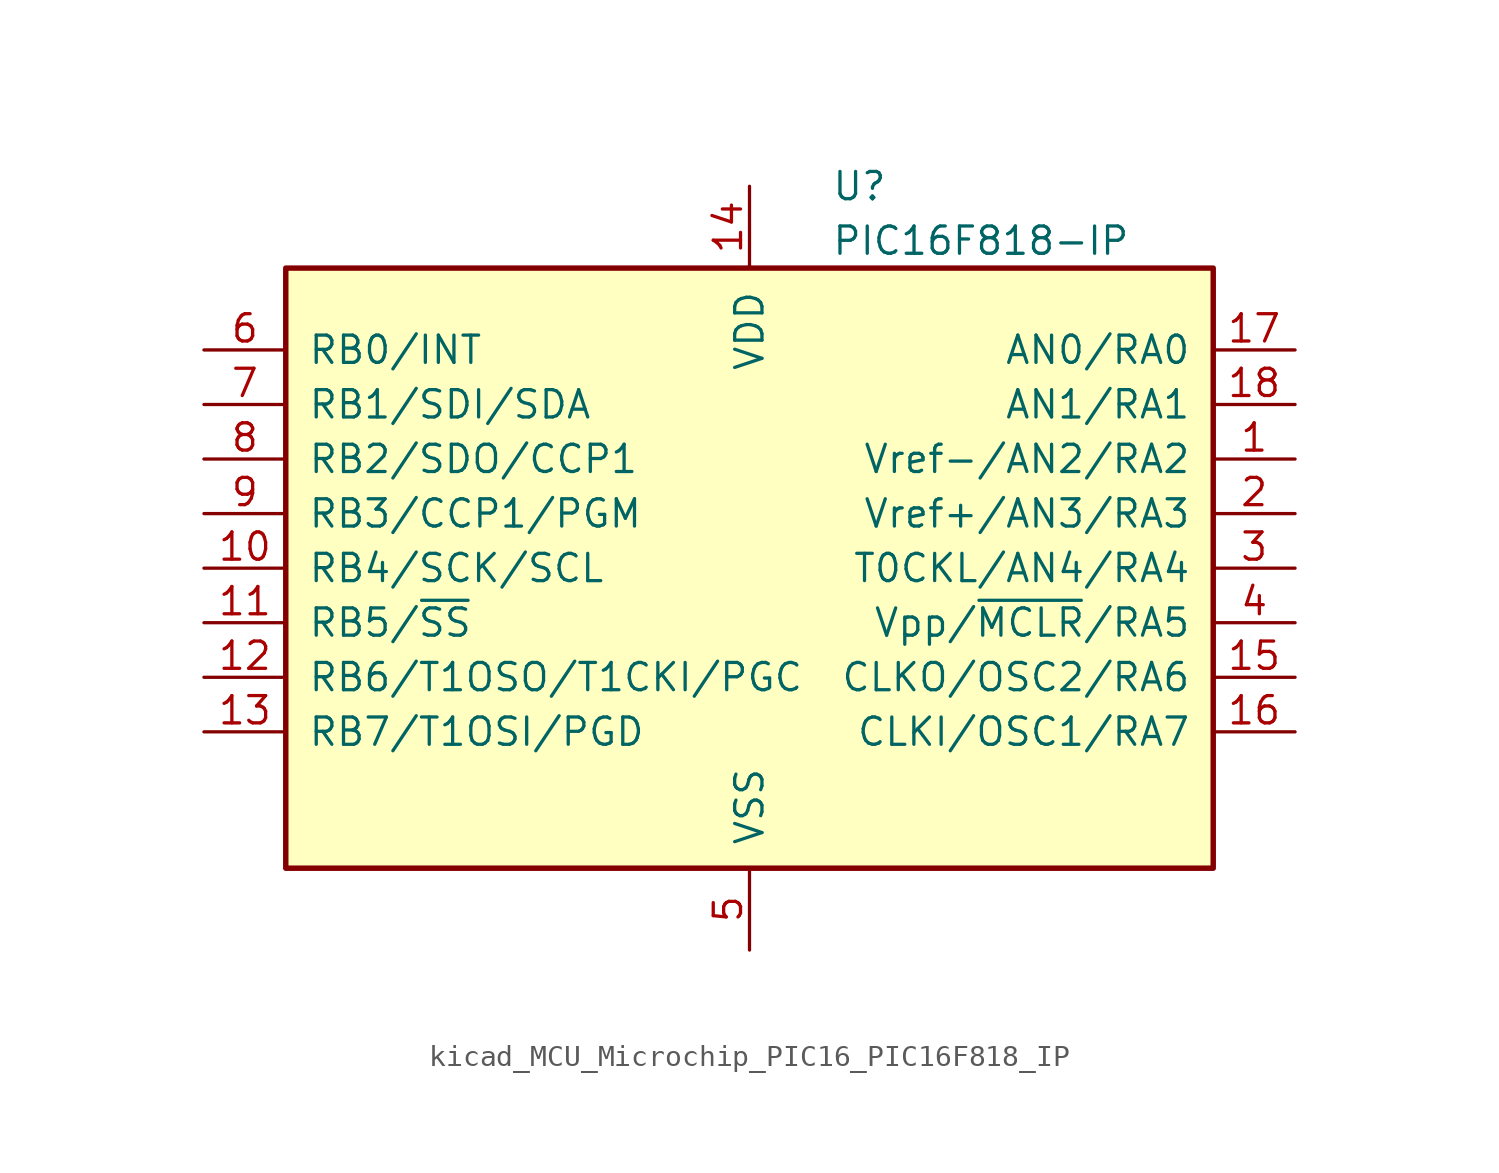
<source format=kicad_sym>
(kicad_symbol_lib
  (version 20220914)
  (generator kicad_symbol_editor)
  (symbol "kicad_MCU_Microchip_PIC16_PIC16F818_IP"
    (pin_names
      (offset 1.016))
    (property "Reference" "U"
      (at 3.81 17.78 0)
      (effects (font (size 1.27 1.27)) (justify left)))
    (property "Value" "PIC16F818-IP"
      (at 3.81 15.24 0)
      (effects (font (size 1.27 1.27)) (justify left)))
    (symbol "kicad_MCU_Microchip_PIC16_PIC16F818_IP_0_1"
      (rectangle (start -21.59 13.97) (end 21.59 -13.97) (stroke (width 0.254) (type default)) (fill (type background))))
    (symbol "kicad_MCU_Microchip_PIC16_PIC16F818_IP_1_1"
      (pin bidirectional line (at 25.4 5.08 180) (length 3.81) (name "Vref-/AN2/RA2" (effects (font (size 1.27 1.27)))) (number "1" (effects (font (size 1.27 1.27)))))
      (pin bidirectional line (at -25.4 0 0) (length 3.81) (name "RB4/SCK/SCL" (effects (font (size 1.27 1.27)))) (number "10" (effects (font (size 1.27 1.27)))))
      (pin bidirectional line (at -25.4 -2.54 0) (length 3.81) (name "RB5/~{SS}" (effects (font (size 1.27 1.27)))) (number "11" (effects (font (size 1.27 1.27)))))
      (pin bidirectional line (at -25.4 -5.08 0) (length 3.81) (name "RB6/T1OSO/T1CKI/PGC" (effects (font (size 1.27 1.27)))) (number "12" (effects (font (size 1.27 1.27)))))
      (pin bidirectional line (at -25.4 -7.62 0) (length 3.81) (name "RB7/T1OSI/PGD" (effects (font (size 1.27 1.27)))) (number "13" (effects (font (size 1.27 1.27)))))
      (pin power_in line (at 0 17.78 270) (length 3.81) (name "VDD" (effects (font (size 1.27 1.27)))) (number "14" (effects (font (size 1.27 1.27)))))
      (pin bidirectional line (at 25.4 -5.08 180) (length 3.81) (name "CLKO/OSC2/RA6" (effects (font (size 1.27 1.27)))) (number "15" (effects (font (size 1.27 1.27)))))
      (pin bidirectional line (at 25.4 -7.62 180) (length 3.81) (name "CLKI/OSC1/RA7" (effects (font (size 1.27 1.27)))) (number "16" (effects (font (size 1.27 1.27)))))
      (pin bidirectional line (at 25.4 10.16 180) (length 3.81) (name "AN0/RA0" (effects (font (size 1.27 1.27)))) (number "17" (effects (font (size 1.27 1.27)))))
      (pin bidirectional line (at 25.4 7.62 180) (length 3.81) (name "AN1/RA1" (effects (font (size 1.27 1.27)))) (number "18" (effects (font (size 1.27 1.27)))))
      (pin bidirectional line (at 25.4 2.54 180) (length 3.81) (name "Vref+/AN3/RA3" (effects (font (size 1.27 1.27)))) (number "2" (effects (font (size 1.27 1.27)))))
      (pin bidirectional line (at 25.4 0 180) (length 3.81) (name "T0CKL/AN4/RA4" (effects (font (size 1.27 1.27)))) (number "3" (effects (font (size 1.27 1.27)))))
      (pin input line (at 25.4 -2.54 180) (length 3.81) (name "Vpp/~{MCLR}/RA5" (effects (font (size 1.27 1.27)))) (number "4" (effects (font (size 1.27 1.27)))))
      (pin power_in line (at 0 -17.78 90) (length 3.81) (name "VSS" (effects (font (size 1.27 1.27)))) (number "5" (effects (font (size 1.27 1.27)))))
      (pin bidirectional line (at -25.4 10.16 0) (length 3.81) (name "RB0/INT" (effects (font (size 1.27 1.27)))) (number "6" (effects (font (size 1.27 1.27)))))
      (pin bidirectional line (at -25.4 7.62 0) (length 3.81) (name "RB1/SDI/SDA" (effects (font (size 1.27 1.27)))) (number "7" (effects (font (size 1.27 1.27)))))
      (pin bidirectional line (at -25.4 5.08 0) (length 3.81) (name "RB2/SDO/CCP1" (effects (font (size 1.27 1.27)))) (number "8" (effects (font (size 1.27 1.27)))))
      (pin bidirectional line (at -25.4 2.54 0) (length 3.81) (name "RB3/CCP1/PGM" (effects (font (size 1.27 1.27)))) (number "9" (effects (font (size 1.27 1.27))))))))
</source>
